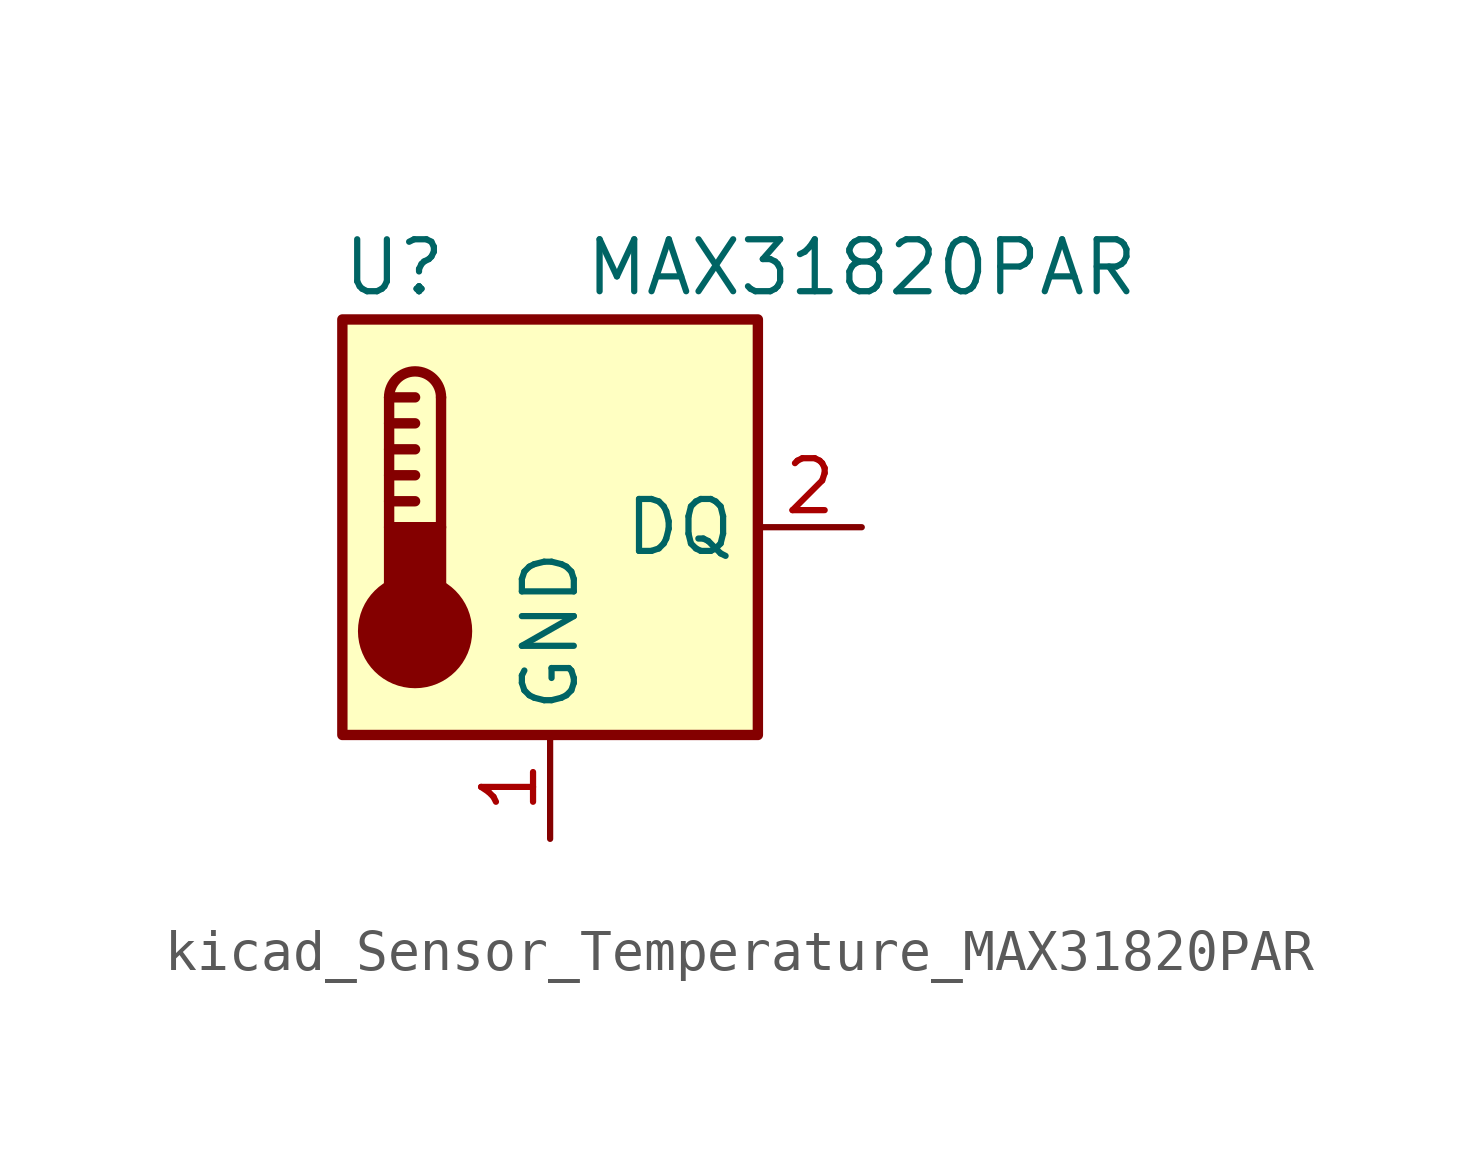
<source format=kicad_sym>
(kicad_symbol_lib
  (version 20220914)
  (generator kicad_symbol_editor)
  (symbol "kicad_Sensor_Temperature_MAX31820PAR"
    (property "Reference" "U"
      (at -3.81 6.35 0)
      (effects (font (size 1.27 1.27))))
    (property "Value" "MAX31820PAR"
      (at 7.62 6.35 0)
      (effects (font (size 1.27 1.27))))
    (symbol "kicad_Sensor_Temperature_MAX31820PAR_0_1"
      (rectangle (start -5.08 5.08) (end 5.08 -5.08) (stroke (width 0.254) (type default)) (fill (type background)))
      (circle (center -3.302 -2.54) (radius 1.27) (stroke (width 0.254) (type default)) (fill (type outline)))
      (rectangle (start -2.667 -1.905) (end -3.937 0) (stroke (width 0.254) (type default)) (fill (type outline)))
      (arc (start -2.667 3.175) (mid -3.302 3.8073) (end -3.937 3.175) (stroke (width 0.254) (type default)) (fill (type none)))
      (polyline (pts (xy -3.937 0.635) (xy -3.302 0.635)) (stroke (width 0.254) (type default)) (fill (type none)))
      (polyline (pts (xy -3.937 1.27) (xy -3.302 1.27)) (stroke (width 0.254) (type default)) (fill (type none)))
      (polyline (pts (xy -3.937 1.905) (xy -3.302 1.905)) (stroke (width 0.254) (type default)) (fill (type none)))
      (polyline (pts (xy -3.937 2.54) (xy -3.302 2.54)) (stroke (width 0.254) (type default)) (fill (type none)))
      (polyline (pts (xy -3.937 3.175) (xy -3.937 0)) (stroke (width 0.254) (type default)) (fill (type none)))
      (polyline (pts (xy -3.937 3.175) (xy -3.302 3.175)) (stroke (width 0.254) (type default)) (fill (type none)))
      (polyline (pts (xy -2.667 3.175) (xy -2.667 0)) (stroke (width 0.254) (type default)) (fill (type none))))
    (symbol "kicad_Sensor_Temperature_MAX31820PAR_1_1"
      (pin power_in line (at 0 -7.62 90) (length 2.54) (name "GND" (effects (font (size 1.27 1.27)))) (number "1" (effects (font (size 1.27 1.27)))))
      (pin bidirectional line (at 7.62 0 180) (length 2.54) (name "DQ" (effects (font (size 1.27 1.27)))) (number "2" (effects (font (size 1.27 1.27)))))
      (pin no_connect line (at 5.08 2.54 180) (length 2.54) hide (name "NC" (effects (font (size 1.27 1.27)))) (number "3" (effects (font (size 1.27 1.27))))))))
</source>
